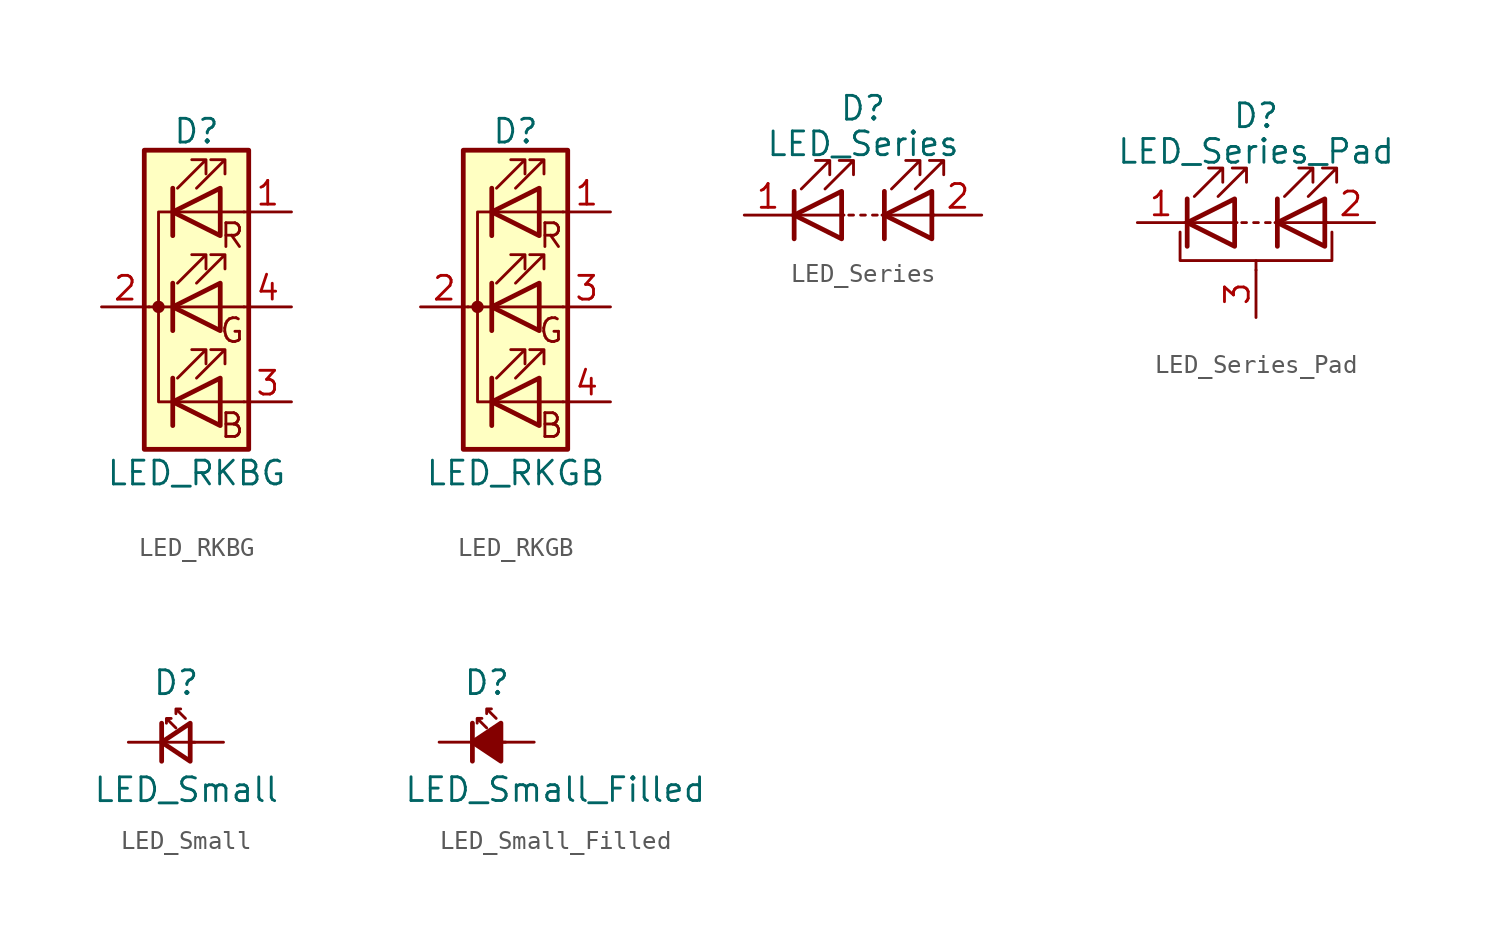
<source format=kicad_sym>
(kicad_symbol_lib
  (version 20201005)
  (generator kicad_symbol_editor)
  (symbol "LED_RKBG"
    (pin_names
      (offset 0) hide)
    (property "Reference" "D"
      (at 0 9.398 0)
      (effects (font (size 1.27 1.27))))
    (property "Value" "LED_RKBG"
      (at 0 -8.89 0)
      (effects (font (size 1.27 1.27))))
    (symbol "LED_RKBG_0_0"
      (text "B" (at 1.905 -6.35 0) (effects (font (size 1.27 1.27))))
      (text "G" (at 1.905 -1.27 0) (effects (font (size 1.27 1.27))))
      (text "R" (at 1.905 3.81 0) (effects (font (size 1.27 1.27)))))
    (symbol "LED_RKBG_0_1"
      (circle (center -2.032 0) (radius 0.254) (stroke (width 0)) (fill (type outline)))
      (rectangle (start 1.27 -1.27) (end 1.27 1.27) (stroke (width 0)) (fill (type none)))
      (rectangle (start 1.27 1.27) (end 1.27 1.27) (stroke (width 0)) (fill (type none)))
      (rectangle (start 1.27 3.81) (end 1.27 6.35) (stroke (width 0)) (fill (type none)))
      (rectangle (start 1.27 6.35) (end 1.27 6.35) (stroke (width 0)) (fill (type none)))
      (rectangle (start 2.794 8.382) (end -2.794 -7.62) (stroke (width 0.254)) (fill (type background)))
      (polyline (pts (xy -1.27 -5.08) (xy 1.27 -5.08)) (stroke (width 0)) (fill (type none)))
      (polyline (pts (xy -1.27 -3.81) (xy -1.27 -6.35)) (stroke (width 0.254)) (fill (type none)))
      (polyline (pts (xy -1.27 0) (xy -2.54 0)) (stroke (width 0)) (fill (type none)))
      (polyline (pts (xy -1.27 1.27) (xy -1.27 -1.27)) (stroke (width 0.254)) (fill (type none)))
      (polyline (pts (xy -1.27 5.08) (xy 1.27 5.08)) (stroke (width 0)) (fill (type none)))
      (polyline (pts (xy -1.27 6.35) (xy -1.27 3.81)) (stroke (width 0.254)) (fill (type none)))
      (polyline (pts (xy 1.27 -5.08) (xy 2.54 -5.08)) (stroke (width 0)) (fill (type none)))
      (polyline (pts (xy 1.27 0) (xy -1.27 0)) (stroke (width 0)) (fill (type none)))
      (polyline (pts (xy 1.27 0) (xy 2.54 0)) (stroke (width 0)) (fill (type none)))
      (polyline (pts (xy 1.27 5.08) (xy 2.54 5.08)) (stroke (width 0)) (fill (type none)))
      (polyline (pts (xy -1.27 1.27) (xy -1.27 -1.27) (xy -1.27 -1.27)) (stroke (width 0)) (fill (type none)))
      (polyline (pts (xy -1.27 6.35) (xy -1.27 3.81) (xy -1.27 3.81)) (stroke (width 0)) (fill (type none)))
      (polyline (pts (xy -1.27 5.08) (xy -2.032 5.08) (xy -2.032 -5.08) (xy -1.016 -5.08)) (stroke (width 0)) (fill (type none)))
      (polyline (pts (xy 1.27 -3.81) (xy 1.27 -6.35) (xy -1.27 -5.08) (xy 1.27 -3.81)) (stroke (width 0.254)) (fill (type none)))
      (polyline (pts (xy 1.27 1.27) (xy 1.27 -1.27) (xy -1.27 0) (xy 1.27 1.27)) (stroke (width 0.254)) (fill (type none)))
      (polyline (pts (xy 1.27 6.35) (xy 1.27 3.81) (xy -1.27 5.08) (xy 1.27 6.35)) (stroke (width 0.254)) (fill (type none)))
      (polyline (pts (xy -1.016 -3.81) (xy 0.508 -2.286) (xy -0.254 -2.286) (xy 0.508 -2.286) (xy 0.508 -3.048)) (stroke (width 0)) (fill (type none)))
      (polyline (pts (xy -1.016 1.27) (xy 0.508 2.794) (xy -0.254 2.794) (xy 0.508 2.794) (xy 0.508 2.032)) (stroke (width 0)) (fill (type none)))
      (polyline (pts (xy -1.016 6.35) (xy 0.508 7.874) (xy -0.254 7.874) (xy 0.508 7.874) (xy 0.508 7.112)) (stroke (width 0)) (fill (type none)))
      (polyline (pts (xy 0 -3.81) (xy 1.524 -2.286) (xy 0.762 -2.286) (xy 1.524 -2.286) (xy 1.524 -3.048)) (stroke (width 0)) (fill (type none)))
      (polyline (pts (xy 0 1.27) (xy 1.524 2.794) (xy 0.762 2.794) (xy 1.524 2.794) (xy 1.524 2.032)) (stroke (width 0)) (fill (type none)))
      (polyline (pts (xy 0 6.35) (xy 1.524 7.874) (xy 0.762 7.874) (xy 1.524 7.874) (xy 1.524 7.112)) (stroke (width 0)) (fill (type none))))
    (symbol "LED_RKBG_1_1"
      (pin passive line (at 5.08 5.08 180) (length 2.54) (name "RA" (effects (font (size 1.27 1.27)))) (number "1" (effects (font (size 1.27 1.27)))))
      (pin passive line (at -5.08 0 0) (length 2.54) (name "K" (effects (font (size 1.27 1.27)))) (number "2" (effects (font (size 1.27 1.27)))))
      (pin passive line (at 5.08 -5.08 180) (length 2.54) (name "BA" (effects (font (size 1.27 1.27)))) (number "3" (effects (font (size 1.27 1.27)))))
      (pin passive line (at 5.08 0 180) (length 2.54) (name "GA" (effects (font (size 1.27 1.27)))) (number "4" (effects (font (size 1.27 1.27)))))))
  (symbol "LED_RKGB"
    (pin_names
      (offset 0) hide)
    (property "Reference" "D"
      (at 0 9.398 0)
      (effects (font (size 1.27 1.27))))
    (property "Value" "LED_RKGB"
      (at 0 -8.89 0)
      (effects (font (size 1.27 1.27))))
    (symbol "LED_RKGB_0_0"
      (text "B" (at 1.905 -6.35 0) (effects (font (size 1.27 1.27))))
      (text "G" (at 1.905 -1.27 0) (effects (font (size 1.27 1.27))))
      (text "R" (at 1.905 3.81 0) (effects (font (size 1.27 1.27)))))
    (symbol "LED_RKGB_0_1"
      (circle (center -2.032 0) (radius 0.254) (stroke (width 0)) (fill (type outline)))
      (rectangle (start 1.27 -1.27) (end 1.27 1.27) (stroke (width 0)) (fill (type none)))
      (rectangle (start 1.27 1.27) (end 1.27 1.27) (stroke (width 0)) (fill (type none)))
      (rectangle (start 1.27 3.81) (end 1.27 6.35) (stroke (width 0)) (fill (type none)))
      (rectangle (start 1.27 6.35) (end 1.27 6.35) (stroke (width 0)) (fill (type none)))
      (rectangle (start 2.794 8.382) (end -2.794 -7.62) (stroke (width 0.254)) (fill (type background)))
      (polyline (pts (xy -1.27 -5.08) (xy 1.27 -5.08)) (stroke (width 0)) (fill (type none)))
      (polyline (pts (xy -1.27 -3.81) (xy -1.27 -6.35)) (stroke (width 0.254)) (fill (type none)))
      (polyline (pts (xy -1.27 0) (xy -2.54 0)) (stroke (width 0)) (fill (type none)))
      (polyline (pts (xy -1.27 1.27) (xy -1.27 -1.27)) (stroke (width 0.254)) (fill (type none)))
      (polyline (pts (xy -1.27 5.08) (xy 1.27 5.08)) (stroke (width 0)) (fill (type none)))
      (polyline (pts (xy -1.27 6.35) (xy -1.27 3.81)) (stroke (width 0.254)) (fill (type none)))
      (polyline (pts (xy 1.27 -5.08) (xy 2.54 -5.08)) (stroke (width 0)) (fill (type none)))
      (polyline (pts (xy 1.27 0) (xy -1.27 0)) (stroke (width 0)) (fill (type none)))
      (polyline (pts (xy 1.27 0) (xy 2.54 0)) (stroke (width 0)) (fill (type none)))
      (polyline (pts (xy 1.27 5.08) (xy 2.54 5.08)) (stroke (width 0)) (fill (type none)))
      (polyline (pts (xy -1.27 1.27) (xy -1.27 -1.27) (xy -1.27 -1.27)) (stroke (width 0)) (fill (type none)))
      (polyline (pts (xy -1.27 6.35) (xy -1.27 3.81) (xy -1.27 3.81)) (stroke (width 0)) (fill (type none)))
      (polyline (pts (xy -1.27 5.08) (xy -2.032 5.08) (xy -2.032 -5.08) (xy -1.016 -5.08)) (stroke (width 0)) (fill (type none)))
      (polyline (pts (xy 1.27 -3.81) (xy 1.27 -6.35) (xy -1.27 -5.08) (xy 1.27 -3.81)) (stroke (width 0.254)) (fill (type none)))
      (polyline (pts (xy 1.27 1.27) (xy 1.27 -1.27) (xy -1.27 0) (xy 1.27 1.27)) (stroke (width 0.254)) (fill (type none)))
      (polyline (pts (xy 1.27 6.35) (xy 1.27 3.81) (xy -1.27 5.08) (xy 1.27 6.35)) (stroke (width 0.254)) (fill (type none)))
      (polyline (pts (xy -1.016 -3.81) (xy 0.508 -2.286) (xy -0.254 -2.286) (xy 0.508 -2.286) (xy 0.508 -3.048)) (stroke (width 0)) (fill (type none)))
      (polyline (pts (xy -1.016 1.27) (xy 0.508 2.794) (xy -0.254 2.794) (xy 0.508 2.794) (xy 0.508 2.032)) (stroke (width 0)) (fill (type none)))
      (polyline (pts (xy -1.016 6.35) (xy 0.508 7.874) (xy -0.254 7.874) (xy 0.508 7.874) (xy 0.508 7.112)) (stroke (width 0)) (fill (type none)))
      (polyline (pts (xy 0 -3.81) (xy 1.524 -2.286) (xy 0.762 -2.286) (xy 1.524 -2.286) (xy 1.524 -3.048)) (stroke (width 0)) (fill (type none)))
      (polyline (pts (xy 0 1.27) (xy 1.524 2.794) (xy 0.762 2.794) (xy 1.524 2.794) (xy 1.524 2.032)) (stroke (width 0)) (fill (type none)))
      (polyline (pts (xy 0 6.35) (xy 1.524 7.874) (xy 0.762 7.874) (xy 1.524 7.874) (xy 1.524 7.112)) (stroke (width 0)) (fill (type none))))
    (symbol "LED_RKGB_1_1"
      (pin passive line (at 5.08 5.08 180) (length 2.54) (name "RA" (effects (font (size 1.27 1.27)))) (number "1" (effects (font (size 1.27 1.27)))))
      (pin passive line (at -5.08 0 0) (length 2.54) (name "K" (effects (font (size 1.27 1.27)))) (number "2" (effects (font (size 1.27 1.27)))))
      (pin passive line (at 5.08 0 180) (length 2.54) (name "GA" (effects (font (size 1.27 1.27)))) (number "3" (effects (font (size 1.27 1.27)))))
      (pin passive line (at 5.08 -5.08 180) (length 2.54) (name "BA" (effects (font (size 1.27 1.27)))) (number "4" (effects (font (size 1.27 1.27)))))))
  (symbol "LED_Series"
    (pin_names
      (offset 1.016) hide)
    (property "Reference" "D"
      (at 0 5.715 0)
      (effects (font (size 1.27 1.27))))
    (property "Value" "LED_Series"
      (at 0 3.81 0)
      (effects (font (size 1.27 1.27))))
    (symbol "LED_Series_0_1"
      (polyline (pts (xy -3.81 0) (xy -1.016 0)) (stroke (width 0)) (fill (type none)))
      (polyline (pts (xy -3.683 -1.27) (xy -3.683 1.27)) (stroke (width 0.254)) (fill (type none)))
      (polyline (pts (xy -0.508 0) (xy -0.762 0)) (stroke (width 0)) (fill (type none)))
      (polyline (pts (xy 0.127 0) (xy -0.127 0)) (stroke (width 0)) (fill (type none)))
      (polyline (pts (xy 0.508 0) (xy 0.762 0)) (stroke (width 0)) (fill (type none)))
      (polyline (pts (xy 1.016 0) (xy 3.81 0)) (stroke (width 0)) (fill (type none)))
      (polyline (pts (xy 1.143 -1.27) (xy 1.143 1.27)) (stroke (width 0.254)) (fill (type none)))
      (polyline (pts (xy -1.143 -1.27) (xy -1.143 1.27) (xy -3.683 0) (xy -1.143 -1.27)) (stroke (width 0.254)) (fill (type none)))
      (polyline (pts (xy 3.683 -1.27) (xy 3.683 1.27) (xy 1.143 0) (xy 3.683 -1.27)) (stroke (width 0.254)) (fill (type none)))
      (polyline (pts (xy -3.302 1.397) (xy -1.778 2.921) (xy -2.54 2.921) (xy -1.778 2.921) (xy -1.778 2.159)) (stroke (width 0)) (fill (type none)))
      (polyline (pts (xy -2.032 1.397) (xy -0.508 2.921) (xy -1.27 2.921) (xy -0.508 2.921) (xy -0.508 2.159)) (stroke (width 0)) (fill (type none)))
      (polyline (pts (xy 1.524 1.397) (xy 3.048 2.921) (xy 2.286 2.921) (xy 3.048 2.921) (xy 3.048 2.159)) (stroke (width 0)) (fill (type none)))
      (polyline (pts (xy 2.794 1.397) (xy 4.318 2.921) (xy 3.556 2.921) (xy 4.318 2.921) (xy 4.318 2.159)) (stroke (width 0)) (fill (type none))))
    (symbol "LED_Series_1_1"
      (pin passive line (at -6.35 0 0) (length 2.54) (name "K" (effects (font (size 1.27 1.27)))) (number "1" (effects (font (size 1.27 1.27)))))
      (pin passive line (at 6.35 0 180) (length 2.54) (name "A" (effects (font (size 1.27 1.27)))) (number "2" (effects (font (size 1.27 1.27)))))))
  (symbol "LED_Series_Pad"
    (pin_names
      (offset 1.016) hide)
    (property "Reference" "D"
      (at 0 5.715 0)
      (effects (font (size 1.27 1.27))))
    (property "Value" "LED_Series_Pad"
      (at 0 3.81 0)
      (effects (font (size 1.27 1.27))))
    (symbol "LED_Series_Pad_0_1"
      (polyline (pts (xy -3.81 0) (xy -1.016 0)) (stroke (width 0)) (fill (type none)))
      (polyline (pts (xy -3.683 -1.27) (xy -3.683 1.27)) (stroke (width 0.254)) (fill (type none)))
      (polyline (pts (xy -0.508 0) (xy -0.762 0)) (stroke (width 0)) (fill (type none)))
      (polyline (pts (xy 0 -2.54) (xy 0 -2.032)) (stroke (width 0)) (fill (type none)))
      (polyline (pts (xy 0.127 0) (xy -0.127 0)) (stroke (width 0)) (fill (type none)))
      (polyline (pts (xy 0.508 0) (xy 0.762 0)) (stroke (width 0)) (fill (type none)))
      (polyline (pts (xy 1.016 0) (xy 3.81 0)) (stroke (width 0)) (fill (type none)))
      (polyline (pts (xy 1.143 -1.27) (xy 1.143 1.27)) (stroke (width 0.254)) (fill (type none)))
      (polyline (pts (xy -4.064 -0.508) (xy -4.064 -2.032) (xy 4.064 -2.032) (xy 4.064 -0.508)) (stroke (width 0)) (fill (type none)))
      (polyline (pts (xy -1.143 -1.27) (xy -1.143 1.27) (xy -3.683 0) (xy -1.143 -1.27)) (stroke (width 0.254)) (fill (type none)))
      (polyline (pts (xy 3.683 -1.27) (xy 3.683 1.27) (xy 1.143 0) (xy 3.683 -1.27)) (stroke (width 0.254)) (fill (type none)))
      (polyline (pts (xy -3.302 1.397) (xy -1.778 2.921) (xy -2.54 2.921) (xy -1.778 2.921) (xy -1.778 2.159)) (stroke (width 0)) (fill (type none)))
      (polyline (pts (xy -2.032 1.397) (xy -0.508 2.921) (xy -1.27 2.921) (xy -0.508 2.921) (xy -0.508 2.159)) (stroke (width 0)) (fill (type none)))
      (polyline (pts (xy 1.524 1.397) (xy 3.048 2.921) (xy 2.286 2.921) (xy 3.048 2.921) (xy 3.048 2.159)) (stroke (width 0)) (fill (type none)))
      (polyline (pts (xy 2.794 1.397) (xy 4.318 2.921) (xy 3.556 2.921) (xy 4.318 2.921) (xy 4.318 2.159)) (stroke (width 0)) (fill (type none))))
    (symbol "LED_Series_Pad_1_1"
      (pin passive line (at -6.35 0 0) (length 2.54) (name "K" (effects (font (size 1.27 1.27)))) (number "1" (effects (font (size 1.27 1.27)))))
      (pin passive line (at 6.35 0 180) (length 2.54) (name "A" (effects (font (size 1.27 1.27)))) (number "2" (effects (font (size 1.27 1.27)))))
      (pin passive line (at 0 -5.08 90) (length 2.54) (name "PAD" (effects (font (size 1.27 1.27)))) (number "3" (effects (font (size 1.27 1.27)))))))
  (symbol "LED_Small"
    (pin_numbers hide)
    (pin_names
      (offset 0.254) hide)
    (property "Reference" "D"
      (at -1.27 3.175 0)
      (effects (font (size 1.27 1.27)) (justify left)))
    (property "Value" "LED_Small"
      (at -4.445 -2.54 0)
      (effects (font (size 1.27 1.27)) (justify left)))
    (symbol "LED_Small_0_1"
      (polyline (pts (xy -0.762 -1.016) (xy -0.762 1.016)) (stroke (width 0.254)) (fill (type none)))
      (polyline (pts (xy 1.016 0) (xy -0.762 0)) (stroke (width 0)) (fill (type none)))
      (polyline (pts (xy 0.762 -1.016) (xy -0.762 0) (xy 0.762 1.016) (xy 0.762 -1.016)) (stroke (width 0.254)) (fill (type none)))
      (polyline (pts (xy 0 0.762) (xy -0.508 1.27) (xy -0.254 1.27) (xy -0.508 1.27) (xy -0.508 1.016)) (stroke (width 0)) (fill (type none)))
      (polyline (pts (xy 0.508 1.27) (xy 0 1.778) (xy 0.254 1.778) (xy 0 1.778) (xy 0 1.524)) (stroke (width 0)) (fill (type none))))
    (symbol "LED_Small_1_1"
      (pin passive line (at -2.54 0 0) (length 1.778) (name "K" (effects (font (size 1.27 1.27)))) (number "1" (effects (font (size 1.27 1.27)))))
      (pin passive line (at 2.54 0 180) (length 1.778) (name "A" (effects (font (size 1.27 1.27)))) (number "2" (effects (font (size 1.27 1.27)))))))
  (symbol "LED_Small_Filled"
    (pin_numbers hide)
    (pin_names
      (offset 0.254) hide)
    (property "Reference" "D"
      (at -1.27 3.175 0)
      (effects (font (size 1.27 1.27)) (justify left)))
    (property "Value" "LED_Small_Filled"
      (at -4.445 -2.54 0)
      (effects (font (size 1.27 1.27)) (justify left)))
    (symbol "LED_Small_Filled_0_1"
      (polyline (pts (xy -0.762 -1.016) (xy -0.762 1.016)) (stroke (width 0.254)) (fill (type none)))
      (polyline (pts (xy 1.016 0) (xy -0.762 0)) (stroke (width 0)) (fill (type none)))
      (polyline (pts (xy 0 0.762) (xy -0.508 1.27) (xy -0.254 1.27) (xy -0.508 1.27) (xy -0.508 1.016)) (stroke (width 0)) (fill (type none)))
      (polyline (pts (xy 0.508 1.27) (xy 0 1.778) (xy 0.254 1.778) (xy 0 1.778) (xy 0 1.524)) (stroke (width 0)) (fill (type none)))
      (polyline (pts (xy 0.762 -1.016) (xy -0.762 0) (xy 0.762 1.016) (xy 0.762 -1.016)) (stroke (width 0.254)) (fill (type outline))))
    (symbol "LED_Small_Filled_1_1"
      (pin passive line (at -2.54 0 0) (length 1.778) (name "K" (effects (font (size 1.27 1.27)))) (number "1" (effects (font (size 1.27 1.27)))))
      (pin passive line (at 2.54 0 180) (length 1.778) (name "A" (effects (font (size 1.27 1.27)))) (number "2" (effects (font (size 1.27 1.27))))))))
</source>
